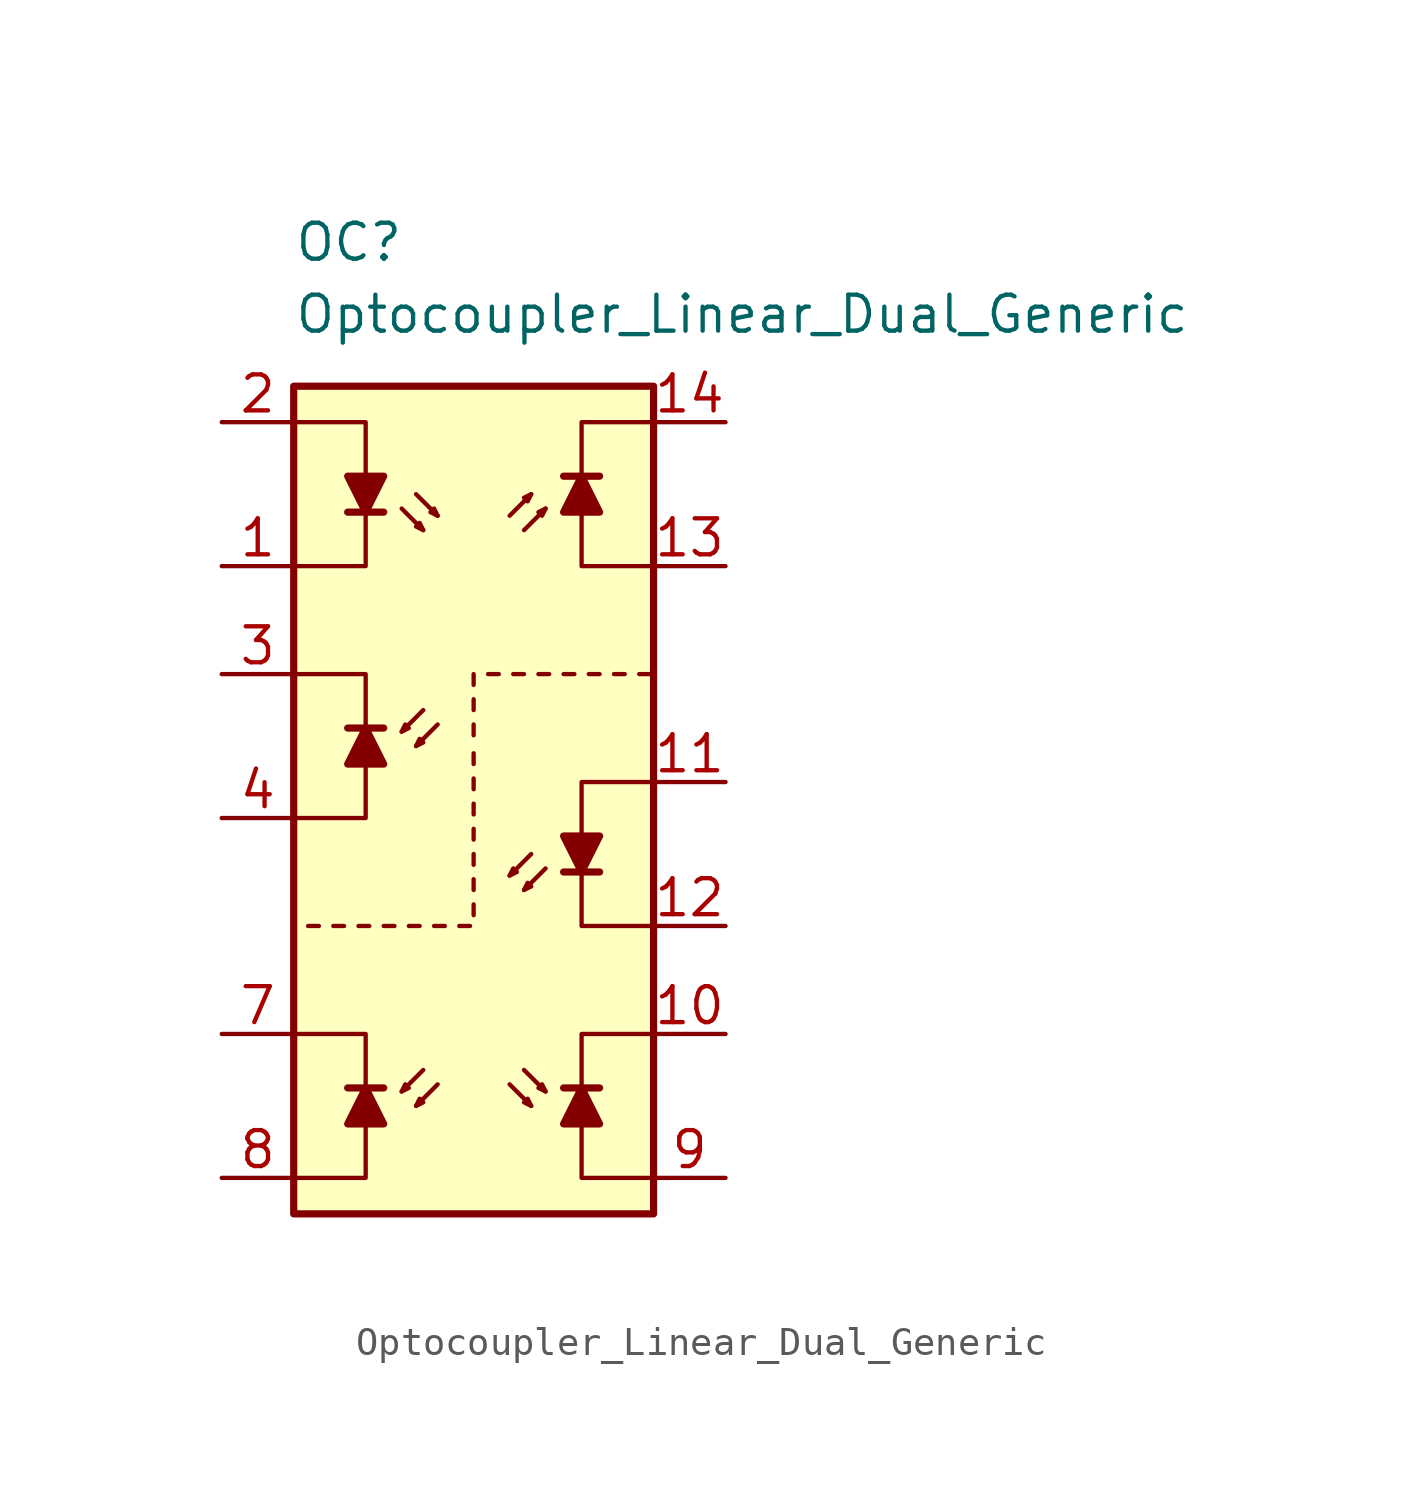
<source format=kicad_sym>
(kicad_symbol_lib
  (version 20211014)
  (generator kicad_symbol_editor)
  (symbol "Optocoupler_Linear_Dual_Generic"
    (pin_names
      (offset 1.016))
    (property "Reference" "OC"
      (at -7.62 19.05 0)
      (effects (font (size 1.27 1.27)) (justify left)))
    (property "Value" "Optocoupler_Linear_Dual_Generic"
      (at -7.62 16.51 0)
      (effects (font (size 1.27 1.27)) (justify left)))
    (symbol "Optocoupler_Linear_Dual_Generic_0_0"
      (polyline (pts (xy -3.81 9.652) (xy -3.048 8.89)) (stroke (width 0) (type default) (color 0 0 0 0)) (fill (type none)))
      (polyline (pts (xy -3.302 10.16) (xy -2.54 9.398)) (stroke (width 0) (type default) (color 0 0 0 0)) (fill (type none)))
      (polyline (pts (xy -3.048 8.89) (xy -3.302 9.017) (xy -3.175 9.144) (xy -3.048 8.89)) (stroke (width 0) (type default) (color 0 0 0 0)) (fill (type none)))
      (polyline (pts (xy -2.54 9.398) (xy -2.794 9.525) (xy -2.667 9.652) (xy -2.54 9.398)) (stroke (width 0) (type default) (color 0 0 0 0)) (fill (type none))))
    (symbol "Optocoupler_Linear_Dual_Generic_0_1"
      (rectangle (start -7.62 13.97) (end 5.08 -15.24) (stroke (width 0.254) (type default) (color 0 0 0 0)) (fill (type background)))
      (polyline (pts (xy -7.112 -5.08) (xy -6.731 -5.08)) (stroke (width 0) (type default) (color 0 0 0 0)) (fill (type none)))
      (polyline (pts (xy -6.223 -5.08) (xy -5.842 -5.08)) (stroke (width 0) (type default) (color 0 0 0 0)) (fill (type none)))
      (polyline (pts (xy -5.715 9.525) (xy -4.445 9.525)) (stroke (width 0.254) (type default) (color 0 0 0 0)) (fill (type none)))
      (polyline (pts (xy -7.62 12.7) (xy -5.08 12.7) (xy -5.08 9.525)) (stroke (width 0) (type default) (color 0 0 0 0)) (fill (type none)))
      (polyline (pts (xy -5.08 9.525) (xy -5.08 7.62) (xy -7.62 7.62)) (stroke (width 0) (type default) (color 0 0 0 0)) (fill (type none)))
      (polyline (pts (xy -5.08 9.525) (xy -5.715 10.795) (xy -4.445 10.795) (xy -5.08 9.525)) (stroke (width 0.254) (type default) (color 0 0 0 0)) (fill (type outline))))
    (symbol "Optocoupler_Linear_Dual_Generic_1_1"
      (polyline (pts (xy -5.715 1.905) (xy -4.445 1.905)) (stroke (width 0.254) (type default) (color 0 0 0 0)) (fill (type none)))
      (polyline (pts (xy -5.334 -5.08) (xy -4.953 -5.08)) (stroke (width 0) (type default) (color 0 0 0 0)) (fill (type none)))
      (polyline (pts (xy -4.445 -10.795) (xy -5.715 -10.795)) (stroke (width 0.254) (type default) (color 0 0 0 0)) (fill (type none)))
      (polyline (pts (xy -4.445 -5.08) (xy -4.064 -5.08)) (stroke (width 0) (type default) (color 0 0 0 0)) (fill (type none)))
      (polyline (pts (xy -3.556 -5.08) (xy -3.175 -5.08)) (stroke (width 0) (type default) (color 0 0 0 0)) (fill (type none)))
      (polyline (pts (xy -3.048 -10.16) (xy -3.81 -10.922)) (stroke (width 0) (type default) (color 0 0 0 0)) (fill (type none)))
      (polyline (pts (xy -3.048 2.54) (xy -3.81 1.778)) (stroke (width 0) (type default) (color 0 0 0 0)) (fill (type none)))
      (polyline (pts (xy -2.667 -5.08) (xy -2.286 -5.08)) (stroke (width 0) (type default) (color 0 0 0 0)) (fill (type none)))
      (polyline (pts (xy -2.54 -10.668) (xy -3.302 -11.43)) (stroke (width 0) (type default) (color 0 0 0 0)) (fill (type none)))
      (polyline (pts (xy -2.54 2.032) (xy -3.302 1.27)) (stroke (width 0) (type default) (color 0 0 0 0)) (fill (type none)))
      (polyline (pts (xy -1.778 -5.08) (xy -1.397 -5.08)) (stroke (width 0) (type default) (color 0 0 0 0)) (fill (type none)))
      (polyline (pts (xy -1.27 -4.699) (xy -1.27 -4.318)) (stroke (width 0) (type default) (color 0 0 0 0)) (fill (type none)))
      (polyline (pts (xy -1.27 -3.81) (xy -1.27 -3.429)) (stroke (width 0) (type default) (color 0 0 0 0)) (fill (type none)))
      (polyline (pts (xy -1.27 -2.921) (xy -1.27 -2.54)) (stroke (width 0) (type default) (color 0 0 0 0)) (fill (type none)))
      (polyline (pts (xy -1.27 -2.032) (xy -1.27 -1.651)) (stroke (width 0) (type default) (color 0 0 0 0)) (fill (type none)))
      (polyline (pts (xy -1.27 -1.143) (xy -1.27 -0.762)) (stroke (width 0) (type default) (color 0 0 0 0)) (fill (type none)))
      (polyline (pts (xy -1.27 -0.254) (xy -1.27 0.127)) (stroke (width 0) (type default) (color 0 0 0 0)) (fill (type none)))
      (polyline (pts (xy -1.27 0.635) (xy -1.27 1.016)) (stroke (width 0) (type default) (color 0 0 0 0)) (fill (type none)))
      (polyline (pts (xy -1.27 1.651) (xy -1.27 2.032)) (stroke (width 0) (type default) (color 0 0 0 0)) (fill (type none)))
      (polyline (pts (xy -1.27 2.54) (xy -1.27 2.921)) (stroke (width 0) (type default) (color 0 0 0 0)) (fill (type none)))
      (polyline (pts (xy -1.27 3.429) (xy -1.27 3.81)) (stroke (width 0) (type default) (color 0 0 0 0)) (fill (type none)))
      (polyline (pts (xy -0.762 3.81) (xy -0.381 3.81)) (stroke (width 0) (type default) (color 0 0 0 0)) (fill (type none)))
      (polyline (pts (xy 0 -10.668) (xy 0.762 -11.43)) (stroke (width 0) (type default) (color 0 0 0 0)) (fill (type none)))
      (polyline (pts (xy 0 9.398) (xy 0.762 10.16)) (stroke (width 0) (type default) (color 0 0 0 0)) (fill (type none)))
      (polyline (pts (xy 0.127 3.81) (xy 0.508 3.81)) (stroke (width 0) (type default) (color 0 0 0 0)) (fill (type none)))
      (polyline (pts (xy 0.508 -10.16) (xy 1.27 -10.922)) (stroke (width 0) (type default) (color 0 0 0 0)) (fill (type none)))
      (polyline (pts (xy 0.508 8.89) (xy 1.27 9.652)) (stroke (width 0) (type default) (color 0 0 0 0)) (fill (type none)))
      (polyline (pts (xy 0.762 -2.54) (xy 0 -3.302)) (stroke (width 0) (type default) (color 0 0 0 0)) (fill (type none)))
      (polyline (pts (xy 1.016 3.81) (xy 1.397 3.81)) (stroke (width 0) (type default) (color 0 0 0 0)) (fill (type none)))
      (polyline (pts (xy 1.27 -3.048) (xy 0.508 -3.81)) (stroke (width 0) (type default) (color 0 0 0 0)) (fill (type none)))
      (polyline (pts (xy 1.905 3.81) (xy 2.286 3.81)) (stroke (width 0) (type default) (color 0 0 0 0)) (fill (type none)))
      (polyline (pts (xy 2.794 3.81) (xy 3.175 3.81)) (stroke (width 0) (type default) (color 0 0 0 0)) (fill (type none)))
      (polyline (pts (xy 3.175 -10.795) (xy 1.905 -10.795)) (stroke (width 0.254) (type default) (color 0 0 0 0)) (fill (type none)))
      (polyline (pts (xy 3.175 -3.175) (xy 1.905 -3.175)) (stroke (width 0.254) (type default) (color 0 0 0 0)) (fill (type none)))
      (polyline (pts (xy 3.175 10.795) (xy 1.905 10.795)) (stroke (width 0.254) (type default) (color 0 0 0 0)) (fill (type none)))
      (polyline (pts (xy 3.683 3.81) (xy 4.064 3.81)) (stroke (width 0) (type default) (color 0 0 0 0)) (fill (type none)))
      (polyline (pts (xy 4.572 3.81) (xy 4.953 3.81)) (stroke (width 0) (type default) (color 0 0 0 0)) (fill (type none)))
      (polyline (pts (xy -7.62 -8.89) (xy -5.08 -8.89) (xy -5.08 -12.065)) (stroke (width 0) (type default) (color 0 0 0 0)) (fill (type none)))
      (polyline (pts (xy -7.62 -1.27) (xy -5.08 -1.27) (xy -5.08 1.905)) (stroke (width 0) (type default) (color 0 0 0 0)) (fill (type none)))
      (polyline (pts (xy -5.08 -12.065) (xy -5.08 -13.97) (xy -7.62 -13.97)) (stroke (width 0) (type default) (color 0 0 0 0)) (fill (type none)))
      (polyline (pts (xy -5.08 1.905) (xy -5.08 3.81) (xy -7.62 3.81)) (stroke (width 0) (type default) (color 0 0 0 0)) (fill (type none)))
      (polyline (pts (xy 2.54 -10.795) (xy 2.54 -8.89) (xy 5.08 -8.89)) (stroke (width 0) (type default) (color 0 0 0 0)) (fill (type none)))
      (polyline (pts (xy 2.54 -3.175) (xy 2.54 -5.08) (xy 5.08 -5.08)) (stroke (width 0) (type default) (color 0 0 0 0)) (fill (type none)))
      (polyline (pts (xy 2.54 10.795) (xy 2.54 12.7) (xy 5.08 12.7)) (stroke (width 0) (type default) (color 0 0 0 0)) (fill (type none)))
      (polyline (pts (xy 5.08 -13.97) (xy 2.54 -13.97) (xy 2.54 -10.795)) (stroke (width 0) (type default) (color 0 0 0 0)) (fill (type none)))
      (polyline (pts (xy 5.08 0) (xy 2.54 0) (xy 2.54 -3.175)) (stroke (width 0) (type default) (color 0 0 0 0)) (fill (type none)))
      (polyline (pts (xy 5.08 7.62) (xy 2.54 7.62) (xy 2.54 10.795)) (stroke (width 0) (type default) (color 0 0 0 0)) (fill (type none)))
      (polyline (pts (xy -5.08 -10.795) (xy -4.445 -12.065) (xy -5.715 -12.065) (xy -5.08 -10.795)) (stroke (width 0.254) (type default) (color 0 0 0 0)) (fill (type outline)))
      (polyline (pts (xy -5.08 1.905) (xy -5.715 0.635) (xy -4.445 0.635) (xy -5.08 1.905)) (stroke (width 0.254) (type default) (color 0 0 0 0)) (fill (type outline)))
      (polyline (pts (xy -3.81 -10.922) (xy -3.556 -10.795) (xy -3.683 -10.668) (xy -3.81 -10.922)) (stroke (width 0) (type default) (color 0 0 0 0)) (fill (type none)))
      (polyline (pts (xy -3.81 1.778) (xy -3.556 1.905) (xy -3.683 2.032) (xy -3.81 1.778)) (stroke (width 0) (type default) (color 0 0 0 0)) (fill (type none)))
      (polyline (pts (xy -3.302 -11.43) (xy -3.048 -11.303) (xy -3.175 -11.176) (xy -3.302 -11.43)) (stroke (width 0) (type default) (color 0 0 0 0)) (fill (type none)))
      (polyline (pts (xy -3.302 1.27) (xy -3.048 1.397) (xy -3.175 1.524) (xy -3.302 1.27)) (stroke (width 0) (type default) (color 0 0 0 0)) (fill (type none)))
      (polyline (pts (xy 0 -3.302) (xy 0.127 -3.048) (xy 0.254 -3.175) (xy 0 -3.302)) (stroke (width 0) (type default) (color 0 0 0 0)) (fill (type none)))
      (polyline (pts (xy 0.508 -3.81) (xy 0.635 -3.556) (xy 0.762 -3.683) (xy 0.508 -3.81)) (stroke (width 0) (type default) (color 0 0 0 0)) (fill (type none)))
      (polyline (pts (xy 0.762 -11.43) (xy 0.508 -11.303) (xy 0.635 -11.176) (xy 0.762 -11.43)) (stroke (width 0) (type default) (color 0 0 0 0)) (fill (type none)))
      (polyline (pts (xy 0.762 10.16) (xy 0.508 10.033) (xy 0.635 9.906) (xy 0.762 10.16)) (stroke (width 0) (type default) (color 0 0 0 0)) (fill (type none)))
      (polyline (pts (xy 1.27 -10.922) (xy 1.016 -10.795) (xy 1.143 -10.668) (xy 1.27 -10.922)) (stroke (width 0) (type default) (color 0 0 0 0)) (fill (type none)))
      (polyline (pts (xy 1.27 9.652) (xy 1.016 9.525) (xy 1.143 9.398) (xy 1.27 9.652)) (stroke (width 0) (type default) (color 0 0 0 0)) (fill (type none)))
      (polyline (pts (xy 2.54 -10.795) (xy 3.175 -12.065) (xy 1.905 -12.065) (xy 2.54 -10.795)) (stroke (width 0.254) (type default) (color 0 0 0 0)) (fill (type outline)))
      (polyline (pts (xy 2.54 -3.175) (xy 3.175 -1.905) (xy 1.905 -1.905) (xy 2.54 -3.175)) (stroke (width 0.254) (type default) (color 0 0 0 0)) (fill (type outline)))
      (polyline (pts (xy 2.54 10.795) (xy 3.175 9.525) (xy 1.905 9.525) (xy 2.54 10.795)) (stroke (width 0.254) (type default) (color 0 0 0 0)) (fill (type outline)))
      (pin passive line (at -10.16 7.62 0) (length 2.54) (name "~" (effects (font (size 1.27 1.27)))) (number "1" (effects (font (size 1.27 1.27)))))
      (pin passive line (at 7.62 -8.89 180) (length 2.54) (name "~" (effects (font (size 1.27 1.27)))) (number "10" (effects (font (size 1.27 1.27)))))
      (pin passive line (at 7.62 0 180) (length 2.54) (name "~" (effects (font (size 1.27 1.27)))) (number "11" (effects (font (size 1.27 1.27)))))
      (pin passive line (at 7.62 -5.08 180) (length 2.54) (name "~" (effects (font (size 1.27 1.27)))) (number "12" (effects (font (size 1.27 1.27)))))
      (pin passive line (at 7.62 7.62 180) (length 2.54) (name "~" (effects (font (size 1.27 1.27)))) (number "13" (effects (font (size 1.27 1.27)))))
      (pin passive line (at 7.62 12.7 180) (length 2.54) (name "~" (effects (font (size 1.27 1.27)))) (number "14" (effects (font (size 1.27 1.27)))))
      (pin no_connect line (at -2.54 -2.54 0) (length 2.54) hide (name "NC" (effects (font (size 1.27 1.27)))) (number "15" (effects (font (size 1.27 1.27)))))
      (pin no_connect line (at -2.54 -5.08 0) (length 2.54) hide (name "NC" (effects (font (size 1.27 1.27)))) (number "16" (effects (font (size 1.27 1.27)))))
      (pin passive line (at -10.16 12.7 0) (length 2.54) (name "~" (effects (font (size 1.27 1.27)))) (number "2" (effects (font (size 1.27 1.27)))))
      (pin passive line (at -10.16 3.81 0) (length 2.54) (name "~" (effects (font (size 1.27 1.27)))) (number "3" (effects (font (size 1.27 1.27)))))
      (pin passive line (at -10.16 -1.27 0) (length 2.54) (name "~" (effects (font (size 1.27 1.27)))) (number "4" (effects (font (size 1.27 1.27)))))
      (pin no_connect line (at -2.54 2.54 0) (length 2.54) hide (name "NC" (effects (font (size 1.27 1.27)))) (number "5" (effects (font (size 1.27 1.27)))))
      (pin no_connect line (at -2.54 0 0) (length 2.54) hide (name "NC" (effects (font (size 1.27 1.27)))) (number "6" (effects (font (size 1.27 1.27)))))
      (pin passive line (at -10.16 -8.89 0) (length 2.54) (name "~" (effects (font (size 1.27 1.27)))) (number "7" (effects (font (size 1.27 1.27)))))
      (pin passive line (at -10.16 -13.97 0) (length 2.54) (name "~" (effects (font (size 1.27 1.27)))) (number "8" (effects (font (size 1.27 1.27)))))
      (pin passive line (at 7.62 -13.97 180) (length 2.54) (name "~" (effects (font (size 1.27 1.27)))) (number "9" (effects (font (size 1.27 1.27))))))))
</source>
